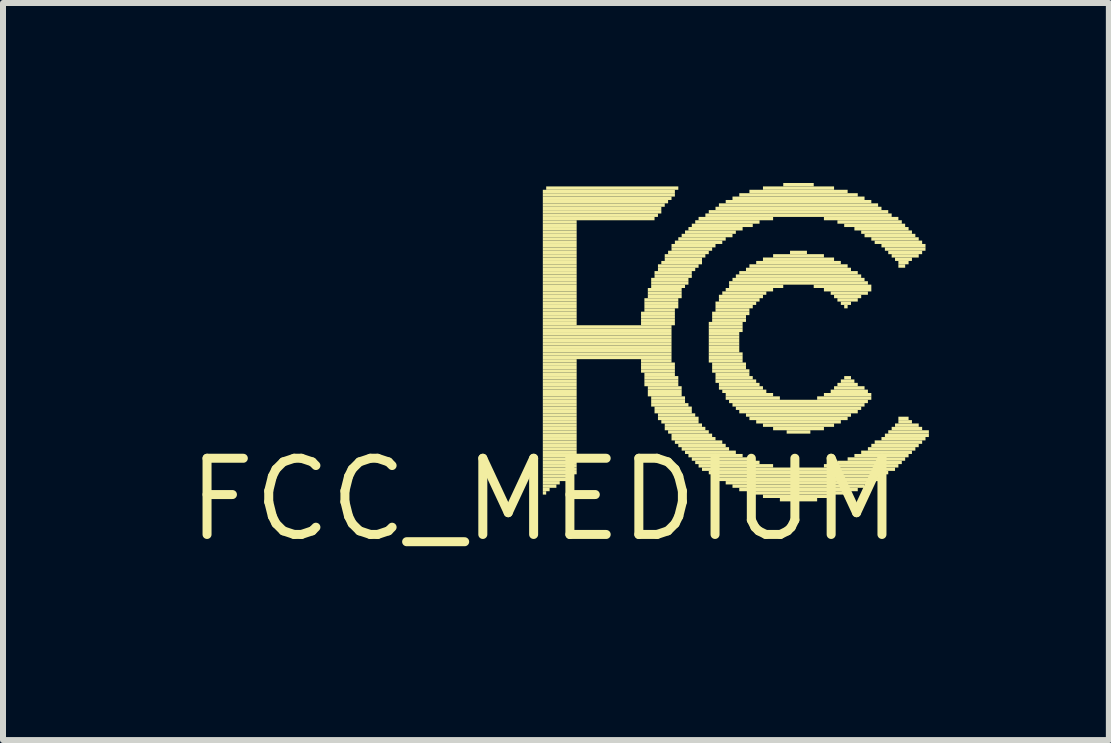
<source format=kicad_pcb>
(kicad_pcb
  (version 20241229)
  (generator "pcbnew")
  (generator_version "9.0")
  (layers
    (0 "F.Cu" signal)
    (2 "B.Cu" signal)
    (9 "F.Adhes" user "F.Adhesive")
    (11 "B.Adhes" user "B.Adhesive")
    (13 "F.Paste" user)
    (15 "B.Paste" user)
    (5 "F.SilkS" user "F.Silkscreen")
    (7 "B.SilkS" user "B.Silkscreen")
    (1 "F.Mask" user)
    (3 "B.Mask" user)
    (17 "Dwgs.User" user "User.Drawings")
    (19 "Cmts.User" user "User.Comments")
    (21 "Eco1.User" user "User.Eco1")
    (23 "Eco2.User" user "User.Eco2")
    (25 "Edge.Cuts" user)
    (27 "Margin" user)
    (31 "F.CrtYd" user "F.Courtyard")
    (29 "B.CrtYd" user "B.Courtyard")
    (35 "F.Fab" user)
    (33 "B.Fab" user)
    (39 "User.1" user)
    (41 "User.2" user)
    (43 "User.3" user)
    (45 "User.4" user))
  (footprint "FCC_MEDIUM"
    (layer "F.Cu")
    (at 6.025 5.278)
    (property "Reference" "FCC_MEDIUM" (at 0 0 0) (layer "F.SilkS") (effects (font (size 1.27 1.27) (thickness 0.15))))
    (fp_poly (pts (xy -0.028 -5.108) (xy 2.173 -5.108) (xy 2.173 -5.165) (xy -0.028 -5.165)) (stroke (width 0) (type solid)) (fill yes) (layer "F.SilkS"))
    (fp_poly (pts (xy -0.028 -5.052) (xy 2.173 -5.052) (xy 2.173 -5.108) (xy -0.028 -5.108)) (stroke (width 0) (type solid)) (fill yes) (layer "F.SilkS"))
    (fp_poly (pts (xy -0.028 -4.995) (xy 2.117 -4.995) (xy 2.117 -5.052) (xy -0.028 -5.052)) (stroke (width 0) (type solid)) (fill yes) (layer "F.SilkS"))
    (fp_poly (pts (xy -0.028 -4.939) (xy 2.06 -4.939) (xy 2.06 -4.995) (xy -0.028 -4.995)) (stroke (width 0) (type solid)) (fill yes) (layer "F.SilkS"))
    (fp_poly (pts (xy -0.028 -4.882) (xy 2.004 -4.882) (xy 2.004 -4.939) (xy -0.028 -4.939)) (stroke (width 0) (type solid)) (fill yes) (layer "F.SilkS"))
    (fp_poly (pts (xy -0.028 -4.826) (xy 1.947 -4.826) (xy 1.947 -4.882) (xy -0.028 -4.882)) (stroke (width 0) (type solid)) (fill yes) (layer "F.SilkS"))
    (fp_poly (pts (xy -0.028 -4.77) (xy 1.947 -4.77) (xy 1.947 -4.826) (xy -0.028 -4.826)) (stroke (width 0) (type solid)) (fill yes) (layer "F.SilkS"))
    (fp_poly (pts (xy -0.028 -4.713) (xy 1.891 -4.713) (xy 1.891 -4.77) (xy -0.028 -4.77)) (stroke (width 0) (type solid)) (fill yes) (layer "F.SilkS"))
    (fp_poly (pts (xy -0.028 -4.657) (xy 1.834 -4.657) (xy 1.834 -4.713) (xy -0.028 -4.713)) (stroke (width 0) (type solid)) (fill yes) (layer "F.SilkS"))
    (fp_poly (pts (xy -0.028 -4.6) (xy 0.536 -4.6) (xy 0.536 -4.657) (xy -0.028 -4.657)) (stroke (width 0) (type solid)) (fill yes) (layer "F.SilkS"))
    (fp_poly (pts (xy -0.028 -4.544) (xy 0.536 -4.544) (xy 0.536 -4.6) (xy -0.028 -4.6)) (stroke (width 0) (type solid)) (fill yes) (layer "F.SilkS"))
    (fp_poly (pts (xy -0.028 -4.487) (xy 0.536 -4.487) (xy 0.536 -4.544) (xy -0.028 -4.544)) (stroke (width 0) (type solid)) (fill yes) (layer "F.SilkS"))
    (fp_poly (pts (xy -0.028 -4.431) (xy 0.536 -4.431) (xy 0.536 -4.487) (xy -0.028 -4.487)) (stroke (width 0) (type solid)) (fill yes) (layer "F.SilkS"))
    (fp_poly (pts (xy -0.028 -4.374) (xy 0.536 -4.374) (xy 0.536 -4.431) (xy -0.028 -4.431)) (stroke (width 0) (type solid)) (fill yes) (layer "F.SilkS"))
    (fp_poly (pts (xy -0.028 -4.318) (xy 0.536 -4.318) (xy 0.536 -4.374) (xy -0.028 -4.374)) (stroke (width 0) (type solid)) (fill yes) (layer "F.SilkS"))
    (fp_poly (pts (xy -0.028 -4.262) (xy 0.536 -4.262) (xy 0.536 -4.318) (xy -0.028 -4.318)) (stroke (width 0) (type solid)) (fill yes) (layer "F.SilkS"))
    (fp_poly (pts (xy -0.028 -4.205) (xy 0.536 -4.205) (xy 0.536 -4.262) (xy -0.028 -4.262)) (stroke (width 0) (type solid)) (fill yes) (layer "F.SilkS"))
    (fp_poly (pts (xy -0.028 -4.149) (xy 0.536 -4.149) (xy 0.536 -4.205) (xy -0.028 -4.205)) (stroke (width 0) (type solid)) (fill yes) (layer "F.SilkS"))
    (fp_poly (pts (xy -0.028 -4.092) (xy 0.536 -4.092) (xy 0.536 -4.149) (xy -0.028 -4.149)) (stroke (width 0) (type solid)) (fill yes) (layer "F.SilkS"))
    (fp_poly (pts (xy -0.028 -4.036) (xy 0.536 -4.036) (xy 0.536 -4.092) (xy -0.028 -4.092)) (stroke (width 0) (type solid)) (fill yes) (layer "F.SilkS"))
    (fp_poly (pts (xy -0.028 -3.979) (xy 0.536 -3.979) (xy 0.536 -4.036) (xy -0.028 -4.036)) (stroke (width 0) (type solid)) (fill yes) (layer "F.SilkS"))
    (fp_poly (pts (xy -0.028 -3.923) (xy 0.536 -3.923) (xy 0.536 -3.979) (xy -0.028 -3.979)) (stroke (width 0) (type solid)) (fill yes) (layer "F.SilkS"))
    (fp_poly (pts (xy -0.028 -3.866) (xy 0.536 -3.866) (xy 0.536 -3.923) (xy -0.028 -3.923)) (stroke (width 0) (type solid)) (fill yes) (layer "F.SilkS"))
    (fp_poly (pts (xy -0.028 -3.81) (xy 0.536 -3.81) (xy 0.536 -3.866) (xy -0.028 -3.866)) (stroke (width 0) (type solid)) (fill yes) (layer "F.SilkS"))
    (fp_poly (pts (xy -0.028 -3.754) (xy 0.536 -3.754) (xy 0.536 -3.81) (xy -0.028 -3.81)) (stroke (width 0) (type solid)) (fill yes) (layer "F.SilkS"))
    (fp_poly (pts (xy -0.028 -3.697) (xy 0.536 -3.697) (xy 0.536 -3.754) (xy -0.028 -3.754)) (stroke (width 0) (type solid)) (fill yes) (layer "F.SilkS"))
    (fp_poly (pts (xy -0.028 -3.641) (xy 0.536 -3.641) (xy 0.536 -3.697) (xy -0.028 -3.697)) (stroke (width 0) (type solid)) (fill yes) (layer "F.SilkS"))
    (fp_poly (pts (xy -0.028 -3.584) (xy 0.536 -3.584) (xy 0.536 -3.641) (xy -0.028 -3.641)) (stroke (width 0) (type solid)) (fill yes) (layer "F.SilkS"))
    (fp_poly (pts (xy -0.028 -3.528) (xy 0.536 -3.528) (xy 0.536 -3.584) (xy -0.028 -3.584)) (stroke (width 0) (type solid)) (fill yes) (layer "F.SilkS"))
    (fp_poly (pts (xy -0.028 -3.471) (xy 0.536 -3.471) (xy 0.536 -3.528) (xy -0.028 -3.528)) (stroke (width 0) (type solid)) (fill yes) (layer "F.SilkS"))
    (fp_poly (pts (xy -0.028 -3.415) (xy 0.536 -3.415) (xy 0.536 -3.471) (xy -0.028 -3.471)) (stroke (width 0) (type solid)) (fill yes) (layer "F.SilkS"))
    (fp_poly (pts (xy -0.028 -3.358) (xy 0.536 -3.358) (xy 0.536 -3.415) (xy -0.028 -3.415)) (stroke (width 0) (type solid)) (fill yes) (layer "F.SilkS"))
    (fp_poly (pts (xy -0.028 -3.302) (xy 0.536 -3.302) (xy 0.536 -3.358) (xy -0.028 -3.358)) (stroke (width 0) (type solid)) (fill yes) (layer "F.SilkS"))
    (fp_poly (pts (xy -0.028 -3.246) (xy 0.536 -3.246) (xy 0.536 -3.302) (xy -0.028 -3.302)) (stroke (width 0) (type solid)) (fill yes) (layer "F.SilkS"))
    (fp_poly (pts (xy -0.028 -3.189) (xy 0.536 -3.189) (xy 0.536 -3.246) (xy -0.028 -3.246)) (stroke (width 0) (type solid)) (fill yes) (layer "F.SilkS"))
    (fp_poly (pts (xy -0.028 -3.133) (xy 0.536 -3.133) (xy 0.536 -3.189) (xy -0.028 -3.189)) (stroke (width 0) (type solid)) (fill yes) (layer "F.SilkS"))
    (fp_poly (pts (xy -0.028 -3.076) (xy 0.536 -3.076) (xy 0.536 -3.133) (xy -0.028 -3.133)) (stroke (width 0) (type solid)) (fill yes) (layer "F.SilkS"))
    (fp_poly (pts (xy -0.028 -3.02) (xy 0.536 -3.02) (xy 0.536 -3.076) (xy -0.028 -3.076)) (stroke (width 0) (type solid)) (fill yes) (layer "F.SilkS"))
    (fp_poly (pts (xy -0.028 -2.963) (xy 0.536 -2.963) (xy 0.536 -3.02) (xy -0.028 -3.02)) (stroke (width 0) (type solid)) (fill yes) (layer "F.SilkS"))
    (fp_poly (pts (xy -0.028 -2.907) (xy 0.536 -2.907) (xy 0.536 -2.963) (xy -0.028 -2.963)) (stroke (width 0) (type solid)) (fill yes) (layer "F.SilkS"))
    (fp_poly (pts (xy -0.028 -2.85) (xy 2.117 -2.85) (xy 2.117 -2.907) (xy -0.028 -2.907)) (stroke (width 0) (type solid)) (fill yes) (layer "F.SilkS"))
    (fp_poly (pts (xy -0.028 -2.794) (xy 2.117 -2.794) (xy 2.117 -2.85) (xy -0.028 -2.85)) (stroke (width 0) (type solid)) (fill yes) (layer "F.SilkS"))
    (fp_poly (pts (xy -0.028 -2.738) (xy 2.117 -2.738) (xy 2.117 -2.794) (xy -0.028 -2.794)) (stroke (width 0) (type solid)) (fill yes) (layer "F.SilkS"))
    (fp_poly (pts (xy -0.028 -2.681) (xy 2.117 -2.681) (xy 2.117 -2.738) (xy -0.028 -2.738)) (stroke (width 0) (type solid)) (fill yes) (layer "F.SilkS"))
    (fp_poly (pts (xy -0.028 -2.625) (xy 2.117 -2.625) (xy 2.117 -2.681) (xy -0.028 -2.681)) (stroke (width 0) (type solid)) (fill yes) (layer "F.SilkS"))
    (fp_poly (pts (xy -0.028 -2.568) (xy 2.117 -2.568) (xy 2.117 -2.625) (xy -0.028 -2.625)) (stroke (width 0) (type solid)) (fill yes) (layer "F.SilkS"))
    (fp_poly (pts (xy -0.028 -2.512) (xy 2.117 -2.512) (xy 2.117 -2.568) (xy -0.028 -2.568)) (stroke (width 0) (type solid)) (fill yes) (layer "F.SilkS"))
    (fp_poly (pts (xy -0.028 -2.455) (xy 2.117 -2.455) (xy 2.117 -2.512) (xy -0.028 -2.512)) (stroke (width 0) (type solid)) (fill yes) (layer "F.SilkS"))
    (fp_poly (pts (xy -0.028 -2.399) (xy 2.117 -2.399) (xy 2.117 -2.455) (xy -0.028 -2.455)) (stroke (width 0) (type solid)) (fill yes) (layer "F.SilkS"))
    (fp_poly (pts (xy -0.028 -2.342) (xy 2.117 -2.342) (xy 2.117 -2.399) (xy -0.028 -2.399)) (stroke (width 0) (type solid)) (fill yes) (layer "F.SilkS"))
    (fp_poly (pts (xy -0.028 -2.286) (xy 0.536 -2.286) (xy 0.536 -2.342) (xy -0.028 -2.342)) (stroke (width 0) (type solid)) (fill yes) (layer "F.SilkS"))
    (fp_poly (pts (xy -0.028 -2.23) (xy 0.536 -2.23) (xy 0.536 -2.286) (xy -0.028 -2.286)) (stroke (width 0) (type solid)) (fill yes) (layer "F.SilkS"))
    (fp_poly (pts (xy -0.028 -2.173) (xy 0.536 -2.173) (xy 0.536 -2.23) (xy -0.028 -2.23)) (stroke (width 0) (type solid)) (fill yes) (layer "F.SilkS"))
    (fp_poly (pts (xy -0.028 -2.117) (xy 0.536 -2.117) (xy 0.536 -2.173) (xy -0.028 -2.173)) (stroke (width 0) (type solid)) (fill yes) (layer "F.SilkS"))
    (fp_poly (pts (xy -0.028 -2.06) (xy 0.536 -2.06) (xy 0.536 -2.117) (xy -0.028 -2.117)) (stroke (width 0) (type solid)) (fill yes) (layer "F.SilkS"))
    (fp_poly (pts (xy -0.028 -2.004) (xy 0.536 -2.004) (xy 0.536 -2.06) (xy -0.028 -2.06)) (stroke (width 0) (type solid)) (fill yes) (layer "F.SilkS"))
    (fp_poly (pts (xy -0.028 -1.947) (xy 0.536 -1.947) (xy 0.536 -2.004) (xy -0.028 -2.004)) (stroke (width 0) (type solid)) (fill yes) (layer "F.SilkS"))
    (fp_poly (pts (xy -0.028 -1.891) (xy 0.536 -1.891) (xy 0.536 -1.947) (xy -0.028 -1.947)) (stroke (width 0) (type solid)) (fill yes) (layer "F.SilkS"))
    (fp_poly (pts (xy -0.028 -1.834) (xy 0.536 -1.834) (xy 0.536 -1.891) (xy -0.028 -1.891)) (stroke (width 0) (type solid)) (fill yes) (layer "F.SilkS"))
    (fp_poly (pts (xy -0.028 -1.778) (xy 0.536 -1.778) (xy 0.536 -1.834) (xy -0.028 -1.834)) (stroke (width 0) (type solid)) (fill yes) (layer "F.SilkS"))
    (fp_poly (pts (xy -0.028 -1.722) (xy 0.536 -1.722) (xy 0.536 -1.778) (xy -0.028 -1.778)) (stroke (width 0) (type solid)) (fill yes) (layer "F.SilkS"))
    (fp_poly (pts (xy -0.028 -1.665) (xy 0.536 -1.665) (xy 0.536 -1.722) (xy -0.028 -1.722)) (stroke (width 0) (type solid)) (fill yes) (layer "F.SilkS"))
    (fp_poly (pts (xy -0.028 -1.609) (xy 0.536 -1.609) (xy 0.536 -1.665) (xy -0.028 -1.665)) (stroke (width 0) (type solid)) (fill yes) (layer "F.SilkS"))
    (fp_poly (pts (xy -0.028 -1.552) (xy 0.536 -1.552) (xy 0.536 -1.609) (xy -0.028 -1.609)) (stroke (width 0) (type solid)) (fill yes) (layer "F.SilkS"))
    (fp_poly (pts (xy -0.028 -1.496) (xy 0.536 -1.496) (xy 0.536 -1.552) (xy -0.028 -1.552)) (stroke (width 0) (type solid)) (fill yes) (layer "F.SilkS"))
    (fp_poly (pts (xy -0.028 -1.439) (xy 0.536 -1.439) (xy 0.536 -1.496) (xy -0.028 -1.496)) (stroke (width 0) (type solid)) (fill yes) (layer "F.SilkS"))
    (fp_poly (pts (xy -0.028 -1.383) (xy 0.536 -1.383) (xy 0.536 -1.439) (xy -0.028 -1.439)) (stroke (width 0) (type solid)) (fill yes) (layer "F.SilkS"))
    (fp_poly (pts (xy -0.028 -1.326) (xy 0.536 -1.326) (xy 0.536 -1.383) (xy -0.028 -1.383)) (stroke (width 0) (type solid)) (fill yes) (layer "F.SilkS"))
    (fp_poly (pts (xy -0.028 -1.27) (xy 0.536 -1.27) (xy 0.536 -1.326) (xy -0.028 -1.326)) (stroke (width 0) (type solid)) (fill yes) (layer "F.SilkS"))
    (fp_poly (pts (xy -0.028 -1.214) (xy 0.536 -1.214) (xy 0.536 -1.27) (xy -0.028 -1.27)) (stroke (width 0) (type solid)) (fill yes) (layer "F.SilkS"))
    (fp_poly (pts (xy -0.028 -1.157) (xy 0.536 -1.157) (xy 0.536 -1.214) (xy -0.028 -1.214)) (stroke (width 0) (type solid)) (fill yes) (layer "F.SilkS"))
    (fp_poly (pts (xy -0.028 -1.101) (xy 0.536 -1.101) (xy 0.536 -1.157) (xy -0.028 -1.157)) (stroke (width 0) (type solid)) (fill yes) (layer "F.SilkS"))
    (fp_poly (pts (xy -0.028 -1.044) (xy 0.536 -1.044) (xy 0.536 -1.101) (xy -0.028 -1.101)) (stroke (width 0) (type solid)) (fill yes) (layer "F.SilkS"))
    (fp_poly (pts (xy -0.028 -0.988) (xy 0.536 -0.988) (xy 0.536 -1.044) (xy -0.028 -1.044)) (stroke (width 0) (type solid)) (fill yes) (layer "F.SilkS"))
    (fp_poly (pts (xy -0.028 -0.931) (xy 0.536 -0.931) (xy 0.536 -0.988) (xy -0.028 -0.988)) (stroke (width 0) (type solid)) (fill yes) (layer "F.SilkS"))
    (fp_poly (pts (xy -0.028 -0.875) (xy 0.536 -0.875) (xy 0.536 -0.931) (xy -0.028 -0.931)) (stroke (width 0) (type solid)) (fill yes) (layer "F.SilkS"))
    (fp_poly (pts (xy -0.028 -0.818) (xy 0.536 -0.818) (xy 0.536 -0.875) (xy -0.028 -0.875)) (stroke (width 0) (type solid)) (fill yes) (layer "F.SilkS"))
    (fp_poly (pts (xy -0.028 -0.762) (xy 0.536 -0.762) (xy 0.536 -0.818) (xy -0.028 -0.818)) (stroke (width 0) (type solid)) (fill yes) (layer "F.SilkS"))
    (fp_poly (pts (xy -0.028 -0.706) (xy 0.536 -0.706) (xy 0.536 -0.762) (xy -0.028 -0.762)) (stroke (width 0) (type solid)) (fill yes) (layer "F.SilkS"))
    (fp_poly (pts (xy -0.028 -0.649) (xy 0.536 -0.649) (xy 0.536 -0.706) (xy -0.028 -0.706)) (stroke (width 0) (type solid)) (fill yes) (layer "F.SilkS"))
    (fp_poly (pts (xy -0.028 -0.593) (xy 0.536 -0.593) (xy 0.536 -0.649) (xy -0.028 -0.649)) (stroke (width 0) (type solid)) (fill yes) (layer "F.SilkS"))
    (fp_poly (pts (xy -0.028 -0.536) (xy 0.536 -0.536) (xy 0.536 -0.593) (xy -0.028 -0.593)) (stroke (width 0) (type solid)) (fill yes) (layer "F.SilkS"))
    (fp_poly (pts (xy -0.028 -0.48) (xy 0.536 -0.48) (xy 0.536 -0.536) (xy -0.028 -0.536)) (stroke (width 0) (type solid)) (fill yes) (layer "F.SilkS"))
    (fp_poly (pts (xy -0.028 -0.423) (xy 0.536 -0.423) (xy 0.536 -0.48) (xy -0.028 -0.48)) (stroke (width 0) (type solid)) (fill yes) (layer "F.SilkS"))
    (fp_poly (pts (xy -0.028 -0.367) (xy 0.423 -0.367) (xy 0.423 -0.423) (xy -0.028 -0.423)) (stroke (width 0) (type solid)) (fill yes) (layer "F.SilkS"))
    (fp_poly (pts (xy -0.028 -0.31) (xy 0.367 -0.31) (xy 0.367 -0.367) (xy -0.028 -0.367)) (stroke (width 0) (type solid)) (fill yes) (layer "F.SilkS"))
    (fp_poly (pts (xy -0.028 -0.254) (xy 0.254 -0.254) (xy 0.254 -0.31) (xy -0.028 -0.31)) (stroke (width 0) (type solid)) (fill yes) (layer "F.SilkS"))
    (fp_poly (pts (xy -0.028 -0.198) (xy 0.198 -0.198) (xy 0.198 -0.254) (xy -0.028 -0.254)) (stroke (width 0) (type solid)) (fill yes) (layer "F.SilkS"))
    (fp_poly (pts (xy -0.028 -0.141) (xy 0.085 -0.141) (xy 0.085 -0.198) (xy -0.028 -0.198)) (stroke (width 0) (type solid)) (fill yes) (layer "F.SilkS"))
    (fp_poly (pts (xy -0.028 -0.085) (xy 0.028 -0.085) (xy 0.028 -0.141) (xy -0.028 -0.141)) (stroke (width 0) (type solid)) (fill yes) (layer "F.SilkS"))
    (fp_poly (pts (xy 0.028 -5.165) (xy 2.23 -5.165) (xy 2.23 -5.221) (xy 0.028 -5.221)) (stroke (width 0) (type solid)) (fill yes) (layer "F.SilkS"))
    (fp_poly (pts (xy 1.609 -3.076) (xy 2.173 -3.076) (xy 2.173 -3.133) (xy 1.609 -3.133)) (stroke (width 0) (type solid)) (fill yes) (layer "F.SilkS"))
    (fp_poly (pts (xy 1.609 -3.02) (xy 2.173 -3.02) (xy 2.173 -3.076) (xy 1.609 -3.076)) (stroke (width 0) (type solid)) (fill yes) (layer "F.SilkS"))
    (fp_poly (pts (xy 1.609 -2.963) (xy 2.173 -2.963) (xy 2.173 -3.02) (xy 1.609 -3.02)) (stroke (width 0) (type solid)) (fill yes) (layer "F.SilkS"))
    (fp_poly (pts (xy 1.609 -2.907) (xy 2.173 -2.907) (xy 2.173 -2.963) (xy 1.609 -2.963)) (stroke (width 0) (type solid)) (fill yes) (layer "F.SilkS"))
    (fp_poly (pts (xy 1.609 -2.286) (xy 2.117 -2.286) (xy 2.117 -2.342) (xy 1.609 -2.342)) (stroke (width 0) (type solid)) (fill yes) (layer "F.SilkS"))
    (fp_poly (pts (xy 1.609 -2.23) (xy 2.173 -2.23) (xy 2.173 -2.286) (xy 1.609 -2.286)) (stroke (width 0) (type solid)) (fill yes) (layer "F.SilkS"))
    (fp_poly (pts (xy 1.609 -2.173) (xy 2.173 -2.173) (xy 2.173 -2.23) (xy 1.609 -2.23)) (stroke (width 0) (type solid)) (fill yes) (layer "F.SilkS"))
    (fp_poly (pts (xy 1.609 -2.117) (xy 2.173 -2.117) (xy 2.173 -2.173) (xy 1.609 -2.173)) (stroke (width 0) (type solid)) (fill yes) (layer "F.SilkS"))
    (fp_poly (pts (xy 1.665 -3.302) (xy 2.23 -3.302) (xy 2.23 -3.358) (xy 1.665 -3.358)) (stroke (width 0) (type solid)) (fill yes) (layer "F.SilkS"))
    (fp_poly (pts (xy 1.665 -3.246) (xy 2.23 -3.246) (xy 2.23 -3.302) (xy 1.665 -3.302)) (stroke (width 0) (type solid)) (fill yes) (layer "F.SilkS"))
    (fp_poly (pts (xy 1.665 -3.189) (xy 2.23 -3.189) (xy 2.23 -3.246) (xy 1.665 -3.246)) (stroke (width 0) (type solid)) (fill yes) (layer "F.SilkS"))
    (fp_poly (pts (xy 1.665 -3.133) (xy 2.173 -3.133) (xy 2.173 -3.189) (xy 1.665 -3.189)) (stroke (width 0) (type solid)) (fill yes) (layer "F.SilkS"))
    (fp_poly (pts (xy 1.665 -2.06) (xy 2.173 -2.06) (xy 2.173 -2.117) (xy 1.665 -2.117)) (stroke (width 0) (type solid)) (fill yes) (layer "F.SilkS"))
    (fp_poly (pts (xy 1.665 -2.004) (xy 2.23 -2.004) (xy 2.23 -2.06) (xy 1.665 -2.06)) (stroke (width 0) (type solid)) (fill yes) (layer "F.SilkS"))
    (fp_poly (pts (xy 1.665 -1.947) (xy 2.23 -1.947) (xy 2.23 -2.004) (xy 1.665 -2.004)) (stroke (width 0) (type solid)) (fill yes) (layer "F.SilkS"))
    (fp_poly (pts (xy 1.665 -1.891) (xy 2.23 -1.891) (xy 2.23 -1.947) (xy 1.665 -1.947)) (stroke (width 0) (type solid)) (fill yes) (layer "F.SilkS"))
    (fp_poly (pts (xy 1.722 -3.471) (xy 2.286 -3.471) (xy 2.286 -3.528) (xy 1.722 -3.528)) (stroke (width 0) (type solid)) (fill yes) (layer "F.SilkS"))
    (fp_poly (pts (xy 1.722 -3.415) (xy 2.286 -3.415) (xy 2.286 -3.471) (xy 1.722 -3.471)) (stroke (width 0) (type solid)) (fill yes) (layer "F.SilkS"))
    (fp_poly (pts (xy 1.722 -3.358) (xy 2.286 -3.358) (xy 2.286 -3.415) (xy 1.722 -3.415)) (stroke (width 0) (type solid)) (fill yes) (layer "F.SilkS"))
    (fp_poly (pts (xy 1.722 -1.834) (xy 2.286 -1.834) (xy 2.286 -1.891) (xy 1.722 -1.891)) (stroke (width 0) (type solid)) (fill yes) (layer "F.SilkS"))
    (fp_poly (pts (xy 1.722 -1.778) (xy 2.286 -1.778) (xy 2.286 -1.834) (xy 1.722 -1.834)) (stroke (width 0) (type solid)) (fill yes) (layer "F.SilkS"))
    (fp_poly (pts (xy 1.722 -1.722) (xy 2.286 -1.722) (xy 2.286 -1.778) (xy 1.722 -1.778)) (stroke (width 0) (type solid)) (fill yes) (layer "F.SilkS"))
    (fp_poly (pts (xy 1.778 -3.641) (xy 2.399 -3.641) (xy 2.399 -3.697) (xy 1.778 -3.697)) (stroke (width 0) (type solid)) (fill yes) (layer "F.SilkS"))
    (fp_poly (pts (xy 1.778 -3.584) (xy 2.399 -3.584) (xy 2.399 -3.641) (xy 1.778 -3.641)) (stroke (width 0) (type solid)) (fill yes) (layer "F.SilkS"))
    (fp_poly (pts (xy 1.778 -3.528) (xy 2.342 -3.528) (xy 2.342 -3.584) (xy 1.778 -3.584)) (stroke (width 0) (type solid)) (fill yes) (layer "F.SilkS"))
    (fp_poly (pts (xy 1.778 -1.665) (xy 2.342 -1.665) (xy 2.342 -1.722) (xy 1.778 -1.722)) (stroke (width 0) (type solid)) (fill yes) (layer "F.SilkS"))
    (fp_poly (pts (xy 1.778 -1.609) (xy 2.342 -1.609) (xy 2.342 -1.665) (xy 1.778 -1.665)) (stroke (width 0) (type solid)) (fill yes) (layer "F.SilkS"))
    (fp_poly (pts (xy 1.778 -1.552) (xy 2.399 -1.552) (xy 2.399 -1.609) (xy 1.778 -1.609)) (stroke (width 0) (type solid)) (fill yes) (layer "F.SilkS"))
    (fp_poly (pts (xy 1.834 -3.754) (xy 2.455 -3.754) (xy 2.455 -3.81) (xy 1.834 -3.81)) (stroke (width 0) (type solid)) (fill yes) (layer "F.SilkS"))
    (fp_poly (pts (xy 1.834 -3.697) (xy 2.455 -3.697) (xy 2.455 -3.754) (xy 1.834 -3.754)) (stroke (width 0) (type solid)) (fill yes) (layer "F.SilkS"))
    (fp_poly (pts (xy 1.834 -1.496) (xy 2.455 -1.496) (xy 2.455 -1.552) (xy 1.834 -1.552)) (stroke (width 0) (type solid)) (fill yes) (layer "F.SilkS"))
    (fp_poly (pts (xy 1.834 -1.439) (xy 2.455 -1.439) (xy 2.455 -1.496) (xy 1.834 -1.496)) (stroke (width 0) (type solid)) (fill yes) (layer "F.SilkS"))
    (fp_poly (pts (xy 1.891 -3.866) (xy 2.568 -3.866) (xy 2.568 -3.923) (xy 1.891 -3.923)) (stroke (width 0) (type solid)) (fill yes) (layer "F.SilkS"))
    (fp_poly (pts (xy 1.891 -3.81) (xy 2.512 -3.81) (xy 2.512 -3.866) (xy 1.891 -3.866)) (stroke (width 0) (type solid)) (fill yes) (layer "F.SilkS"))
    (fp_poly (pts (xy 1.891 -1.383) (xy 2.512 -1.383) (xy 2.512 -1.439) (xy 1.891 -1.439)) (stroke (width 0) (type solid)) (fill yes) (layer "F.SilkS"))
    (fp_poly (pts (xy 1.891 -1.326) (xy 2.568 -1.326) (xy 2.568 -1.383) (xy 1.891 -1.383)) (stroke (width 0) (type solid)) (fill yes) (layer "F.SilkS"))
    (fp_poly (pts (xy 1.947 -3.923) (xy 2.625 -3.923) (xy 2.625 -3.979) (xy 1.947 -3.979)) (stroke (width 0) (type solid)) (fill yes) (layer "F.SilkS"))
    (fp_poly (pts (xy 1.947 -1.27) (xy 2.568 -1.27) (xy 2.568 -1.326) (xy 1.947 -1.326)) (stroke (width 0) (type solid)) (fill yes) (layer "F.SilkS"))
    (fp_poly (pts (xy 2.004 -4.036) (xy 2.681 -4.036) (xy 2.681 -4.092) (xy 2.004 -4.092)) (stroke (width 0) (type solid)) (fill yes) (layer "F.SilkS"))
    (fp_poly (pts (xy 2.004 -3.979) (xy 2.625 -3.979) (xy 2.625 -4.036) (xy 2.004 -4.036)) (stroke (width 0) (type solid)) (fill yes) (layer "F.SilkS"))
    (fp_poly (pts (xy 2.004 -1.214) (xy 2.625 -1.214) (xy 2.625 -1.27) (xy 2.004 -1.27)) (stroke (width 0) (type solid)) (fill yes) (layer "F.SilkS"))
    (fp_poly (pts (xy 2.004 -1.157) (xy 2.681 -1.157) (xy 2.681 -1.214) (xy 2.004 -1.214)) (stroke (width 0) (type solid)) (fill yes) (layer "F.SilkS"))
    (fp_poly (pts (xy 2.06 -4.092) (xy 2.738 -4.092) (xy 2.738 -4.149) (xy 2.06 -4.149)) (stroke (width 0) (type solid)) (fill yes) (layer "F.SilkS"))
    (fp_poly (pts (xy 2.06 -1.101) (xy 2.738 -1.101) (xy 2.738 -1.157) (xy 2.06 -1.157)) (stroke (width 0) (type solid)) (fill yes) (layer "F.SilkS"))
    (fp_poly (pts (xy 2.117 -4.205) (xy 2.85 -4.205) (xy 2.85 -4.262) (xy 2.117 -4.262)) (stroke (width 0) (type solid)) (fill yes) (layer "F.SilkS"))
    (fp_poly (pts (xy 2.117 -4.149) (xy 2.794 -4.149) (xy 2.794 -4.205) (xy 2.117 -4.205)) (stroke (width 0) (type solid)) (fill yes) (layer "F.SilkS"))
    (fp_poly (pts (xy 2.117 -1.044) (xy 2.794 -1.044) (xy 2.794 -1.101) (xy 2.117 -1.101)) (stroke (width 0) (type solid)) (fill yes) (layer "F.SilkS"))
    (fp_poly (pts (xy 2.117 -0.988) (xy 2.85 -0.988) (xy 2.85 -1.044) (xy 2.117 -1.044)) (stroke (width 0) (type solid)) (fill yes) (layer "F.SilkS"))
    (fp_poly (pts (xy 2.173 -4.262) (xy 2.963 -4.262) (xy 2.963 -4.318) (xy 2.173 -4.318)) (stroke (width 0) (type solid)) (fill yes) (layer "F.SilkS"))
    (fp_poly (pts (xy 2.173 -0.931) (xy 2.963 -0.931) (xy 2.963 -0.988) (xy 2.173 -0.988)) (stroke (width 0) (type solid)) (fill yes) (layer "F.SilkS"))
    (fp_poly (pts (xy 2.23 -4.318) (xy 3.02 -4.318) (xy 3.02 -4.374) (xy 2.23 -4.374)) (stroke (width 0) (type solid)) (fill yes) (layer "F.SilkS"))
    (fp_poly (pts (xy 2.23 -0.875) (xy 3.02 -0.875) (xy 3.02 -0.931) (xy 2.23 -0.931)) (stroke (width 0) (type solid)) (fill yes) (layer "F.SilkS"))
    (fp_poly (pts (xy 2.286 -4.374) (xy 3.133 -4.374) (xy 3.133 -4.431) (xy 2.286 -4.431)) (stroke (width 0) (type solid)) (fill yes) (layer "F.SilkS"))
    (fp_poly (pts (xy 2.286 -0.818) (xy 3.076 -0.818) (xy 3.076 -0.875) (xy 2.286 -0.875)) (stroke (width 0) (type solid)) (fill yes) (layer "F.SilkS"))
    (fp_poly (pts (xy 2.342 -4.431) (xy 3.189 -4.431) (xy 3.189 -4.487) (xy 2.342 -4.487)) (stroke (width 0) (type solid)) (fill yes) (layer "F.SilkS"))
    (fp_poly (pts (xy 2.342 -0.762) (xy 3.189 -0.762) (xy 3.189 -0.818) (xy 2.342 -0.818)) (stroke (width 0) (type solid)) (fill yes) (layer "F.SilkS"))
    (fp_poly (pts (xy 2.399 -4.487) (xy 3.302 -4.487) (xy 3.302 -4.544) (xy 2.399 -4.544)) (stroke (width 0) (type solid)) (fill yes) (layer "F.SilkS"))
    (fp_poly (pts (xy 2.399 -0.706) (xy 3.302 -0.706) (xy 3.302 -0.762) (xy 2.399 -0.762)) (stroke (width 0) (type solid)) (fill yes) (layer "F.SilkS"))
    (fp_poly (pts (xy 2.455 -4.544) (xy 3.471 -4.544) (xy 3.471 -4.6) (xy 2.455 -4.6)) (stroke (width 0) (type solid)) (fill yes) (layer "F.SilkS"))
    (fp_poly (pts (xy 2.455 -0.649) (xy 3.415 -0.649) (xy 3.415 -0.706) (xy 2.455 -0.706)) (stroke (width 0) (type solid)) (fill yes) (layer "F.SilkS"))
    (fp_poly (pts (xy 2.512 -4.6) (xy 3.584 -4.6) (xy 3.584 -4.657) (xy 2.512 -4.657)) (stroke (width 0) (type solid)) (fill yes) (layer "F.SilkS"))
    (fp_poly (pts (xy 2.512 -0.593) (xy 3.584 -0.593) (xy 3.584 -0.649) (xy 2.512 -0.649)) (stroke (width 0) (type solid)) (fill yes) (layer "F.SilkS"))
    (fp_poly (pts (xy 2.568 -4.657) (xy 3.81 -4.657) (xy 3.81 -4.713) (xy 2.568 -4.713)) (stroke (width 0) (type solid)) (fill yes) (layer "F.SilkS"))
    (fp_poly (pts (xy 2.568 -0.536) (xy 3.81 -0.536) (xy 3.81 -0.593) (xy 2.568 -0.593)) (stroke (width 0) (type solid)) (fill yes) (layer "F.SilkS"))
    (fp_poly (pts (xy 2.625 -0.48) (xy 5.842 -0.48) (xy 5.842 -0.536) (xy 2.625 -0.536)) (stroke (width 0) (type solid)) (fill yes) (layer "F.SilkS"))
    (fp_poly (pts (xy 2.681 -4.713) (xy 5.786 -4.713) (xy 5.786 -4.77) (xy 2.681 -4.77)) (stroke (width 0) (type solid)) (fill yes) (layer "F.SilkS"))
    (fp_poly (pts (xy 2.738 -4.77) (xy 5.729 -4.77) (xy 5.729 -4.826) (xy 2.738 -4.826)) (stroke (width 0) (type solid)) (fill yes) (layer "F.SilkS"))
    (fp_poly (pts (xy 2.738 -2.907) (xy 3.302 -2.907) (xy 3.302 -2.963) (xy 2.738 -2.963)) (stroke (width 0) (type solid)) (fill yes) (layer "F.SilkS"))
    (fp_poly (pts (xy 2.738 -2.85) (xy 3.302 -2.85) (xy 3.302 -2.907) (xy 2.738 -2.907)) (stroke (width 0) (type solid)) (fill yes) (layer "F.SilkS"))
    (fp_poly (pts (xy 2.738 -2.794) (xy 3.302 -2.794) (xy 3.302 -2.85) (xy 2.738 -2.85)) (stroke (width 0) (type solid)) (fill yes) (layer "F.SilkS"))
    (fp_poly (pts (xy 2.738 -2.738) (xy 3.246 -2.738) (xy 3.246 -2.794) (xy 2.738 -2.794)) (stroke (width 0) (type solid)) (fill yes) (layer "F.SilkS"))
    (fp_poly (pts (xy 2.738 -2.681) (xy 3.246 -2.681) (xy 3.246 -2.738) (xy 2.738 -2.738)) (stroke (width 0) (type solid)) (fill yes) (layer "F.SilkS"))
    (fp_poly (pts (xy 2.738 -2.625) (xy 3.246 -2.625) (xy 3.246 -2.681) (xy 2.738 -2.681)) (stroke (width 0) (type solid)) (fill yes) (layer "F.SilkS"))
    (fp_poly (pts (xy 2.738 -2.568) (xy 3.246 -2.568) (xy 3.246 -2.625) (xy 2.738 -2.625)) (stroke (width 0) (type solid)) (fill yes) (layer "F.SilkS"))
    (fp_poly (pts (xy 2.738 -2.512) (xy 3.246 -2.512) (xy 3.246 -2.568) (xy 2.738 -2.568)) (stroke (width 0) (type solid)) (fill yes) (layer "F.SilkS"))
    (fp_poly (pts (xy 2.738 -2.455) (xy 3.246 -2.455) (xy 3.246 -2.512) (xy 2.738 -2.512)) (stroke (width 0) (type solid)) (fill yes) (layer "F.SilkS"))
    (fp_poly (pts (xy 2.738 -2.399) (xy 3.302 -2.399) (xy 3.302 -2.455) (xy 2.738 -2.455)) (stroke (width 0) (type solid)) (fill yes) (layer "F.SilkS"))
    (fp_poly (pts (xy 2.738 -2.342) (xy 3.302 -2.342) (xy 3.302 -2.399) (xy 2.738 -2.399)) (stroke (width 0) (type solid)) (fill yes) (layer "F.SilkS"))
    (fp_poly (pts (xy 2.738 -2.286) (xy 3.302 -2.286) (xy 3.302 -2.342) (xy 2.738 -2.342)) (stroke (width 0) (type solid)) (fill yes) (layer "F.SilkS"))
    (fp_poly (pts (xy 2.738 -0.423) (xy 5.729 -0.423) (xy 5.729 -0.48) (xy 2.738 -0.48)) (stroke (width 0) (type solid)) (fill yes) (layer "F.SilkS"))
    (fp_poly (pts (xy 2.794 -3.076) (xy 3.415 -3.076) (xy 3.415 -3.133) (xy 2.794 -3.133)) (stroke (width 0) (type solid)) (fill yes) (layer "F.SilkS"))
    (fp_poly (pts (xy 2.794 -3.02) (xy 3.358 -3.02) (xy 3.358 -3.076) (xy 2.794 -3.076)) (stroke (width 0) (type solid)) (fill yes) (layer "F.SilkS"))
    (fp_poly (pts (xy 2.794 -2.963) (xy 3.358 -2.963) (xy 3.358 -3.02) (xy 2.794 -3.02)) (stroke (width 0) (type solid)) (fill yes) (layer "F.SilkS"))
    (fp_poly (pts (xy 2.794 -2.23) (xy 3.358 -2.23) (xy 3.358 -2.286) (xy 2.794 -2.286)) (stroke (width 0) (type solid)) (fill yes) (layer "F.SilkS"))
    (fp_poly (pts (xy 2.794 -2.173) (xy 3.358 -2.173) (xy 3.358 -2.23) (xy 2.794 -2.23)) (stroke (width 0) (type solid)) (fill yes) (layer "F.SilkS"))
    (fp_poly (pts (xy 2.794 -2.117) (xy 3.415 -2.117) (xy 3.415 -2.173) (xy 2.794 -2.173)) (stroke (width 0) (type solid)) (fill yes) (layer "F.SilkS"))
    (fp_poly (pts (xy 2.794 -0.367) (xy 5.673 -0.367) (xy 5.673 -0.423) (xy 2.794 -0.423)) (stroke (width 0) (type solid)) (fill yes) (layer "F.SilkS"))
    (fp_poly (pts (xy 2.85 -4.826) (xy 5.616 -4.826) (xy 5.616 -4.882) (xy 2.85 -4.882)) (stroke (width 0) (type solid)) (fill yes) (layer "F.SilkS"))
    (fp_poly (pts (xy 2.85 -3.246) (xy 3.528 -3.246) (xy 3.528 -3.302) (xy 2.85 -3.302)) (stroke (width 0) (type solid)) (fill yes) (layer "F.SilkS"))
    (fp_poly (pts (xy 2.85 -3.189) (xy 3.471 -3.189) (xy 3.471 -3.246) (xy 2.85 -3.246)) (stroke (width 0) (type solid)) (fill yes) (layer "F.SilkS"))
    (fp_poly (pts (xy 2.85 -3.133) (xy 3.415 -3.133) (xy 3.415 -3.189) (xy 2.85 -3.189)) (stroke (width 0) (type solid)) (fill yes) (layer "F.SilkS"))
    (fp_poly (pts (xy 2.85 -2.06) (xy 3.415 -2.06) (xy 3.415 -2.117) (xy 2.85 -2.117)) (stroke (width 0) (type solid)) (fill yes) (layer "F.SilkS"))
    (fp_poly (pts (xy 2.85 -2.004) (xy 3.471 -2.004) (xy 3.471 -2.06) (xy 2.85 -2.06)) (stroke (width 0) (type solid)) (fill yes) (layer "F.SilkS"))
    (fp_poly (pts (xy 2.85 -1.947) (xy 3.528 -1.947) (xy 3.528 -2.004) (xy 2.85 -2.004)) (stroke (width 0) (type solid)) (fill yes) (layer "F.SilkS"))
    (fp_poly (pts (xy 2.907 -4.882) (xy 5.56 -4.882) (xy 5.56 -4.939) (xy 2.907 -4.939)) (stroke (width 0) (type solid)) (fill yes) (layer "F.SilkS"))
    (fp_poly (pts (xy 2.907 -3.358) (xy 3.641 -3.358) (xy 3.641 -3.415) (xy 2.907 -3.415)) (stroke (width 0) (type solid)) (fill yes) (layer "F.SilkS"))
    (fp_poly (pts (xy 2.907 -3.302) (xy 3.584 -3.302) (xy 3.584 -3.358) (xy 2.907 -3.358)) (stroke (width 0) (type solid)) (fill yes) (layer "F.SilkS"))
    (fp_poly (pts (xy 2.907 -1.891) (xy 3.584 -1.891) (xy 3.584 -1.947) (xy 2.907 -1.947)) (stroke (width 0) (type solid)) (fill yes) (layer "F.SilkS"))
    (fp_poly (pts (xy 2.907 -1.834) (xy 3.641 -1.834) (xy 3.641 -1.891) (xy 2.907 -1.891)) (stroke (width 0) (type solid)) (fill yes) (layer "F.SilkS"))
    (fp_poly (pts (xy 2.907 -0.31) (xy 5.56 -0.31) (xy 5.56 -0.367) (xy 2.907 -0.367)) (stroke (width 0) (type solid)) (fill yes) (layer "F.SilkS"))
    (fp_poly (pts (xy 2.963 -3.415) (xy 3.697 -3.415) (xy 3.697 -3.471) (xy 2.963 -3.471)) (stroke (width 0) (type solid)) (fill yes) (layer "F.SilkS"))
    (fp_poly (pts (xy 2.963 -1.778) (xy 3.697 -1.778) (xy 3.697 -1.834) (xy 2.963 -1.834)) (stroke (width 0) (type solid)) (fill yes) (layer "F.SilkS"))
    (fp_poly (pts (xy 3.02 -4.939) (xy 5.447 -4.939) (xy 5.447 -4.995) (xy 3.02 -4.995)) (stroke (width 0) (type solid)) (fill yes) (layer "F.SilkS"))
    (fp_poly (pts (xy 3.02 -3.471) (xy 3.81 -3.471) (xy 3.81 -3.528) (xy 3.02 -3.528)) (stroke (width 0) (type solid)) (fill yes) (layer "F.SilkS"))
    (fp_poly (pts (xy 3.02 -1.722) (xy 3.81 -1.722) (xy 3.81 -1.778) (xy 3.02 -1.778)) (stroke (width 0) (type solid)) (fill yes) (layer "F.SilkS"))
    (fp_poly (pts (xy 3.02 -1.665) (xy 3.923 -1.665) (xy 3.923 -1.722) (xy 3.02 -1.722)) (stroke (width 0) (type solid)) (fill yes) (layer "F.SilkS"))
    (fp_poly (pts (xy 3.02 -0.254) (xy 5.447 -0.254) (xy 5.447 -0.31) (xy 3.02 -0.31)) (stroke (width 0) (type solid)) (fill yes) (layer "F.SilkS"))
    (fp_poly (pts (xy 3.076 -3.584) (xy 5.39 -3.584) (xy 5.39 -3.641) (xy 3.076 -3.641)) (stroke (width 0) (type solid)) (fill yes) (layer "F.SilkS"))
    (fp_poly (pts (xy 3.076 -3.528) (xy 3.979 -3.528) (xy 3.979 -3.584) (xy 3.076 -3.584)) (stroke (width 0) (type solid)) (fill yes) (layer "F.SilkS"))
    (fp_poly (pts (xy 3.076 -1.609) (xy 5.39 -1.609) (xy 5.39 -1.665) (xy 3.076 -1.665)) (stroke (width 0) (type solid)) (fill yes) (layer "F.SilkS"))
    (fp_poly (pts (xy 3.133 -4.995) (xy 5.334 -4.995) (xy 5.334 -5.052) (xy 3.133 -5.052)) (stroke (width 0) (type solid)) (fill yes) (layer "F.SilkS"))
    (fp_poly (pts (xy 3.133 -3.641) (xy 5.334 -3.641) (xy 5.334 -3.697) (xy 3.133 -3.697)) (stroke (width 0) (type solid)) (fill yes) (layer "F.SilkS"))
    (fp_poly (pts (xy 3.133 -1.552) (xy 5.334 -1.552) (xy 5.334 -1.609) (xy 3.133 -1.609)) (stroke (width 0) (type solid)) (fill yes) (layer "F.SilkS"))
    (fp_poly (pts (xy 3.133 -0.198) (xy 5.334 -0.198) (xy 5.334 -0.254) (xy 3.133 -0.254)) (stroke (width 0) (type solid)) (fill yes) (layer "F.SilkS"))
    (fp_poly (pts (xy 3.189 -3.697) (xy 5.278 -3.697) (xy 5.278 -3.754) (xy 3.189 -3.754)) (stroke (width 0) (type solid)) (fill yes) (layer "F.SilkS"))
    (fp_poly (pts (xy 3.189 -1.496) (xy 5.278 -1.496) (xy 5.278 -1.552) (xy 3.189 -1.552)) (stroke (width 0) (type solid)) (fill yes) (layer "F.SilkS"))
    (fp_poly (pts (xy 3.246 -5.052) (xy 5.221 -5.052) (xy 5.221 -5.108) (xy 3.246 -5.108)) (stroke (width 0) (type solid)) (fill yes) (layer "F.SilkS"))
    (fp_poly (pts (xy 3.246 -3.754) (xy 5.221 -3.754) (xy 5.221 -3.81) (xy 3.246 -3.81)) (stroke (width 0) (type solid)) (fill yes) (layer "F.SilkS"))
    (fp_poly (pts (xy 3.246 -1.439) (xy 5.221 -1.439) (xy 5.221 -1.496) (xy 3.246 -1.496)) (stroke (width 0) (type solid)) (fill yes) (layer "F.SilkS"))
    (fp_poly (pts (xy 3.246 -0.141) (xy 5.221 -0.141) (xy 5.221 -0.198) (xy 3.246 -0.198)) (stroke (width 0) (type solid)) (fill yes) (layer "F.SilkS"))
    (fp_poly (pts (xy 3.358 -3.81) (xy 5.108 -3.81) (xy 5.108 -3.866) (xy 3.358 -3.866)) (stroke (width 0) (type solid)) (fill yes) (layer "F.SilkS"))
    (fp_poly (pts (xy 3.358 -1.383) (xy 5.108 -1.383) (xy 5.108 -1.439) (xy 3.358 -1.439)) (stroke (width 0) (type solid)) (fill yes) (layer "F.SilkS"))
    (fp_poly (pts (xy 3.415 -5.108) (xy 5.052 -5.108) (xy 5.052 -5.165) (xy 3.415 -5.165)) (stroke (width 0) (type solid)) (fill yes) (layer "F.SilkS"))
    (fp_poly (pts (xy 3.415 -3.866) (xy 5.052 -3.866) (xy 5.052 -3.923) (xy 3.415 -3.923)) (stroke (width 0) (type solid)) (fill yes) (layer "F.SilkS"))
    (fp_poly (pts (xy 3.415 -1.326) (xy 5.052 -1.326) (xy 5.052 -1.383) (xy 3.415 -1.383)) (stroke (width 0) (type solid)) (fill yes) (layer "F.SilkS"))
    (fp_poly (pts (xy 3.415 -0.085) (xy 5.052 -0.085) (xy 5.052 -0.141) (xy 3.415 -0.141)) (stroke (width 0) (type solid)) (fill yes) (layer "F.SilkS"))
    (fp_poly (pts (xy 3.528 -3.923) (xy 4.939 -3.923) (xy 4.939 -3.979) (xy 3.528 -3.979)) (stroke (width 0) (type solid)) (fill yes) (layer "F.SilkS"))
    (fp_poly (pts (xy 3.528 -1.27) (xy 4.939 -1.27) (xy 4.939 -1.326) (xy 3.528 -1.326)) (stroke (width 0) (type solid)) (fill yes) (layer "F.SilkS"))
    (fp_poly (pts (xy 3.641 -5.165) (xy 4.826 -5.165) (xy 4.826 -5.221) (xy 3.641 -5.221)) (stroke (width 0) (type solid)) (fill yes) (layer "F.SilkS"))
    (fp_poly (pts (xy 3.641 -3.979) (xy 4.826 -3.979) (xy 4.826 -4.036) (xy 3.641 -4.036)) (stroke (width 0) (type solid)) (fill yes) (layer "F.SilkS"))
    (fp_poly (pts (xy 3.641 -1.214) (xy 4.826 -1.214) (xy 4.826 -1.27) (xy 3.641 -1.27)) (stroke (width 0) (type solid)) (fill yes) (layer "F.SilkS"))
    (fp_poly (pts (xy 3.641 -0.028) (xy 4.826 -0.028) (xy 4.826 -0.085) (xy 3.641 -0.085)) (stroke (width 0) (type solid)) (fill yes) (layer "F.SilkS"))
    (fp_poly (pts (xy 3.81 -4.036) (xy 4.657 -4.036) (xy 4.657 -4.092) (xy 3.81 -4.092)) (stroke (width 0) (type solid)) (fill yes) (layer "F.SilkS"))
    (fp_poly (pts (xy 3.81 -1.157) (xy 4.657 -1.157) (xy 4.657 -1.214) (xy 3.81 -1.214)) (stroke (width 0) (type solid)) (fill yes) (layer "F.SilkS"))
    (fp_poly (pts (xy 3.923 0.028) (xy 4.544 0.028) (xy 4.544 -0.028) (xy 3.923 -0.028)) (stroke (width 0) (type solid)) (fill yes) (layer "F.SilkS"))
    (fp_poly (pts (xy 3.979 -5.221) (xy 4.487 -5.221) (xy 4.487 -5.278) (xy 3.979 -5.278)) (stroke (width 0) (type solid)) (fill yes) (layer "F.SilkS"))
    (fp_poly (pts (xy 4.036 -1.101) (xy 4.431 -1.101) (xy 4.431 -1.157) (xy 4.036 -1.157)) (stroke (width 0) (type solid)) (fill yes) (layer "F.SilkS"))
    (fp_poly (pts (xy 4.092 -4.092) (xy 4.374 -4.092) (xy 4.374 -4.149) (xy 4.092 -4.149)) (stroke (width 0) (type solid)) (fill yes) (layer "F.SilkS"))
    (fp_poly (pts (xy 4.487 -3.528) (xy 5.447 -3.528) (xy 5.447 -3.584) (xy 4.487 -3.584)) (stroke (width 0) (type solid)) (fill yes) (layer "F.SilkS"))
    (fp_poly (pts (xy 4.544 -1.665) (xy 5.447 -1.665) (xy 5.447 -1.722) (xy 4.544 -1.722)) (stroke (width 0) (type solid)) (fill yes) (layer "F.SilkS"))
    (fp_poly (pts (xy 4.657 -4.657) (xy 5.898 -4.657) (xy 5.898 -4.713) (xy 4.657 -4.713)) (stroke (width 0) (type solid)) (fill yes) (layer "F.SilkS"))
    (fp_poly (pts (xy 4.657 -3.471) (xy 5.447 -3.471) (xy 5.447 -3.528) (xy 4.657 -3.528)) (stroke (width 0) (type solid)) (fill yes) (layer "F.SilkS"))
    (fp_poly (pts (xy 4.657 -1.722) (xy 5.447 -1.722) (xy 5.447 -1.778) (xy 4.657 -1.778)) (stroke (width 0) (type solid)) (fill yes) (layer "F.SilkS"))
    (fp_poly (pts (xy 4.657 -0.536) (xy 5.898 -0.536) (xy 5.898 -0.593) (xy 4.657 -0.593)) (stroke (width 0) (type solid)) (fill yes) (layer "F.SilkS"))
    (fp_poly (pts (xy 4.77 -3.415) (xy 5.39 -3.415) (xy 5.39 -3.471) (xy 4.77 -3.471)) (stroke (width 0) (type solid)) (fill yes) (layer "F.SilkS"))
    (fp_poly (pts (xy 4.77 -1.778) (xy 5.39 -1.778) (xy 5.39 -1.834) (xy 4.77 -1.834)) (stroke (width 0) (type solid)) (fill yes) (layer "F.SilkS"))
    (fp_poly (pts (xy 4.826 -3.358) (xy 5.278 -3.358) (xy 5.278 -3.415) (xy 4.826 -3.415)) (stroke (width 0) (type solid)) (fill yes) (layer "F.SilkS"))
    (fp_poly (pts (xy 4.826 -1.834) (xy 5.334 -1.834) (xy 5.334 -1.891) (xy 4.826 -1.891)) (stroke (width 0) (type solid)) (fill yes) (layer "F.SilkS"))
    (fp_poly (pts (xy 4.882 -4.6) (xy 5.955 -4.6) (xy 5.955 -4.657) (xy 4.882 -4.657)) (stroke (width 0) (type solid)) (fill yes) (layer "F.SilkS"))
    (fp_poly (pts (xy 4.882 -3.302) (xy 5.221 -3.302) (xy 5.221 -3.358) (xy 4.882 -3.358)) (stroke (width 0) (type solid)) (fill yes) (layer "F.SilkS"))
    (fp_poly (pts (xy 4.882 -1.891) (xy 5.221 -1.891) (xy 5.221 -1.947) (xy 4.882 -1.947)) (stroke (width 0) (type solid)) (fill yes) (layer "F.SilkS"))
    (fp_poly (pts (xy 4.882 -0.593) (xy 5.955 -0.593) (xy 5.955 -0.649) (xy 4.882 -0.649)) (stroke (width 0) (type solid)) (fill yes) (layer "F.SilkS"))
    (fp_poly (pts (xy 4.939 -3.246) (xy 5.108 -3.246) (xy 5.108 -3.302) (xy 4.939 -3.302)) (stroke (width 0) (type solid)) (fill yes) (layer "F.SilkS"))
    (fp_poly (pts (xy 4.939 -1.947) (xy 5.165 -1.947) (xy 5.165 -2.004) (xy 4.939 -2.004)) (stroke (width 0) (type solid)) (fill yes) (layer "F.SilkS"))
    (fp_poly (pts (xy 4.995 -4.544) (xy 6.011 -4.544) (xy 6.011 -4.6) (xy 4.995 -4.6)) (stroke (width 0) (type solid)) (fill yes) (layer "F.SilkS"))
    (fp_poly (pts (xy 4.995 -3.189) (xy 5.052 -3.189) (xy 5.052 -3.246) (xy 4.995 -3.246)) (stroke (width 0) (type solid)) (fill yes) (layer "F.SilkS"))
    (fp_poly (pts (xy 4.995 -2.004) (xy 5.108 -2.004) (xy 5.108 -2.06) (xy 4.995 -2.06)) (stroke (width 0) (type solid)) (fill yes) (layer "F.SilkS"))
    (fp_poly (pts (xy 5.052 -0.649) (xy 6.011 -0.649) (xy 6.011 -0.706) (xy 5.052 -0.706)) (stroke (width 0) (type solid)) (fill yes) (layer "F.SilkS"))
    (fp_poly (pts (xy 5.165 -4.487) (xy 6.068 -4.487) (xy 6.068 -4.544) (xy 5.165 -4.544)) (stroke (width 0) (type solid)) (fill yes) (layer "F.SilkS"))
    (fp_poly (pts (xy 5.165 -0.706) (xy 6.068 -0.706) (xy 6.068 -0.762) (xy 5.165 -0.762)) (stroke (width 0) (type solid)) (fill yes) (layer "F.SilkS"))
    (fp_poly (pts (xy 5.278 -4.431) (xy 6.124 -4.431) (xy 6.124 -4.487) (xy 5.278 -4.487)) (stroke (width 0) (type solid)) (fill yes) (layer "F.SilkS"))
    (fp_poly (pts (xy 5.278 -0.762) (xy 6.124 -0.762) (xy 6.124 -0.818) (xy 5.278 -0.818)) (stroke (width 0) (type solid)) (fill yes) (layer "F.SilkS"))
    (fp_poly (pts (xy 5.334 -4.374) (xy 6.181 -4.374) (xy 6.181 -4.431) (xy 5.334 -4.431)) (stroke (width 0) (type solid)) (fill yes) (layer "F.SilkS"))
    (fp_poly (pts (xy 5.39 -0.818) (xy 6.181 -0.818) (xy 6.181 -0.875) (xy 5.39 -0.875)) (stroke (width 0) (type solid)) (fill yes) (layer "F.SilkS"))
    (fp_poly (pts (xy 5.447 -4.318) (xy 6.237 -4.318) (xy 6.237 -4.374) (xy 5.447 -4.374)) (stroke (width 0) (type solid)) (fill yes) (layer "F.SilkS"))
    (fp_poly (pts (xy 5.447 -0.875) (xy 6.237 -0.875) (xy 6.237 -0.931) (xy 5.447 -0.931)) (stroke (width 0) (type solid)) (fill yes) (layer "F.SilkS"))
    (fp_poly (pts (xy 5.503 -4.262) (xy 6.294 -4.262) (xy 6.294 -4.318) (xy 5.503 -4.318)) (stroke (width 0) (type solid)) (fill yes) (layer "F.SilkS"))
    (fp_poly (pts (xy 5.503 -0.931) (xy 6.294 -0.931) (xy 6.294 -0.988) (xy 5.503 -0.988)) (stroke (width 0) (type solid)) (fill yes) (layer "F.SilkS"))
    (fp_poly (pts (xy 5.616 -4.205) (xy 6.35 -4.205) (xy 6.35 -4.262) (xy 5.616 -4.262)) (stroke (width 0) (type solid)) (fill yes) (layer "F.SilkS"))
    (fp_poly (pts (xy 5.616 -0.988) (xy 6.35 -0.988) (xy 6.35 -1.044) (xy 5.616 -1.044)) (stroke (width 0) (type solid)) (fill yes) (layer "F.SilkS"))
    (fp_poly (pts (xy 5.673 -4.149) (xy 6.35 -4.149) (xy 6.35 -4.205) (xy 5.673 -4.205)) (stroke (width 0) (type solid)) (fill yes) (layer "F.SilkS"))
    (fp_poly (pts (xy 5.673 -1.044) (xy 6.406 -1.044) (xy 6.406 -1.101) (xy 5.673 -1.101)) (stroke (width 0) (type solid)) (fill yes) (layer "F.SilkS"))
    (fp_poly (pts (xy 5.729 -4.092) (xy 6.294 -4.092) (xy 6.294 -4.149) (xy 5.729 -4.149)) (stroke (width 0) (type solid)) (fill yes) (layer "F.SilkS"))
    (fp_poly (pts (xy 5.729 -1.101) (xy 6.406 -1.101) (xy 6.406 -1.157) (xy 5.729 -1.157)) (stroke (width 0) (type solid)) (fill yes) (layer "F.SilkS"))
    (fp_poly (pts (xy 5.786 -4.036) (xy 6.237 -4.036) (xy 6.237 -4.092) (xy 5.786 -4.092)) (stroke (width 0) (type solid)) (fill yes) (layer "F.SilkS"))
    (fp_poly (pts (xy 5.786 -1.157) (xy 6.294 -1.157) (xy 6.294 -1.214) (xy 5.786 -1.214)) (stroke (width 0) (type solid)) (fill yes) (layer "F.SilkS"))
    (fp_poly (pts (xy 5.842 -3.979) (xy 6.124 -3.979) (xy 6.124 -4.036) (xy 5.842 -4.036)) (stroke (width 0) (type solid)) (fill yes) (layer "F.SilkS"))
    (fp_poly (pts (xy 5.842 -1.214) (xy 6.237 -1.214) (xy 6.237 -1.27) (xy 5.842 -1.27)) (stroke (width 0) (type solid)) (fill yes) (layer "F.SilkS"))
    (fp_poly (pts (xy 5.898 -3.923) (xy 6.068 -3.923) (xy 6.068 -3.979) (xy 5.898 -3.979)) (stroke (width 0) (type solid)) (fill yes) (layer "F.SilkS"))
    (fp_poly (pts (xy 5.898 -3.866) (xy 6.011 -3.866) (xy 6.011 -3.923) (xy 5.898 -3.923)) (stroke (width 0) (type solid)) (fill yes) (layer "F.SilkS"))
    (fp_poly (pts (xy 5.898 -1.326) (xy 6.068 -1.326) (xy 6.068 -1.383) (xy 5.898 -1.383)) (stroke (width 0) (type solid)) (fill yes) (layer "F.SilkS"))
    (fp_poly (pts (xy 5.898 -1.27) (xy 6.124 -1.27) (xy 6.124 -1.326) (xy 5.898 -1.326)) (stroke (width 0) (type solid)) (fill yes) (layer "F.SilkS")))
  (gr_rect
    (start -3 -3)
    (end 15.431 9.284)
    (stroke (width 0.1) (type default))
    (fill no)
    (layer "Edge.Cuts")))
</source>
